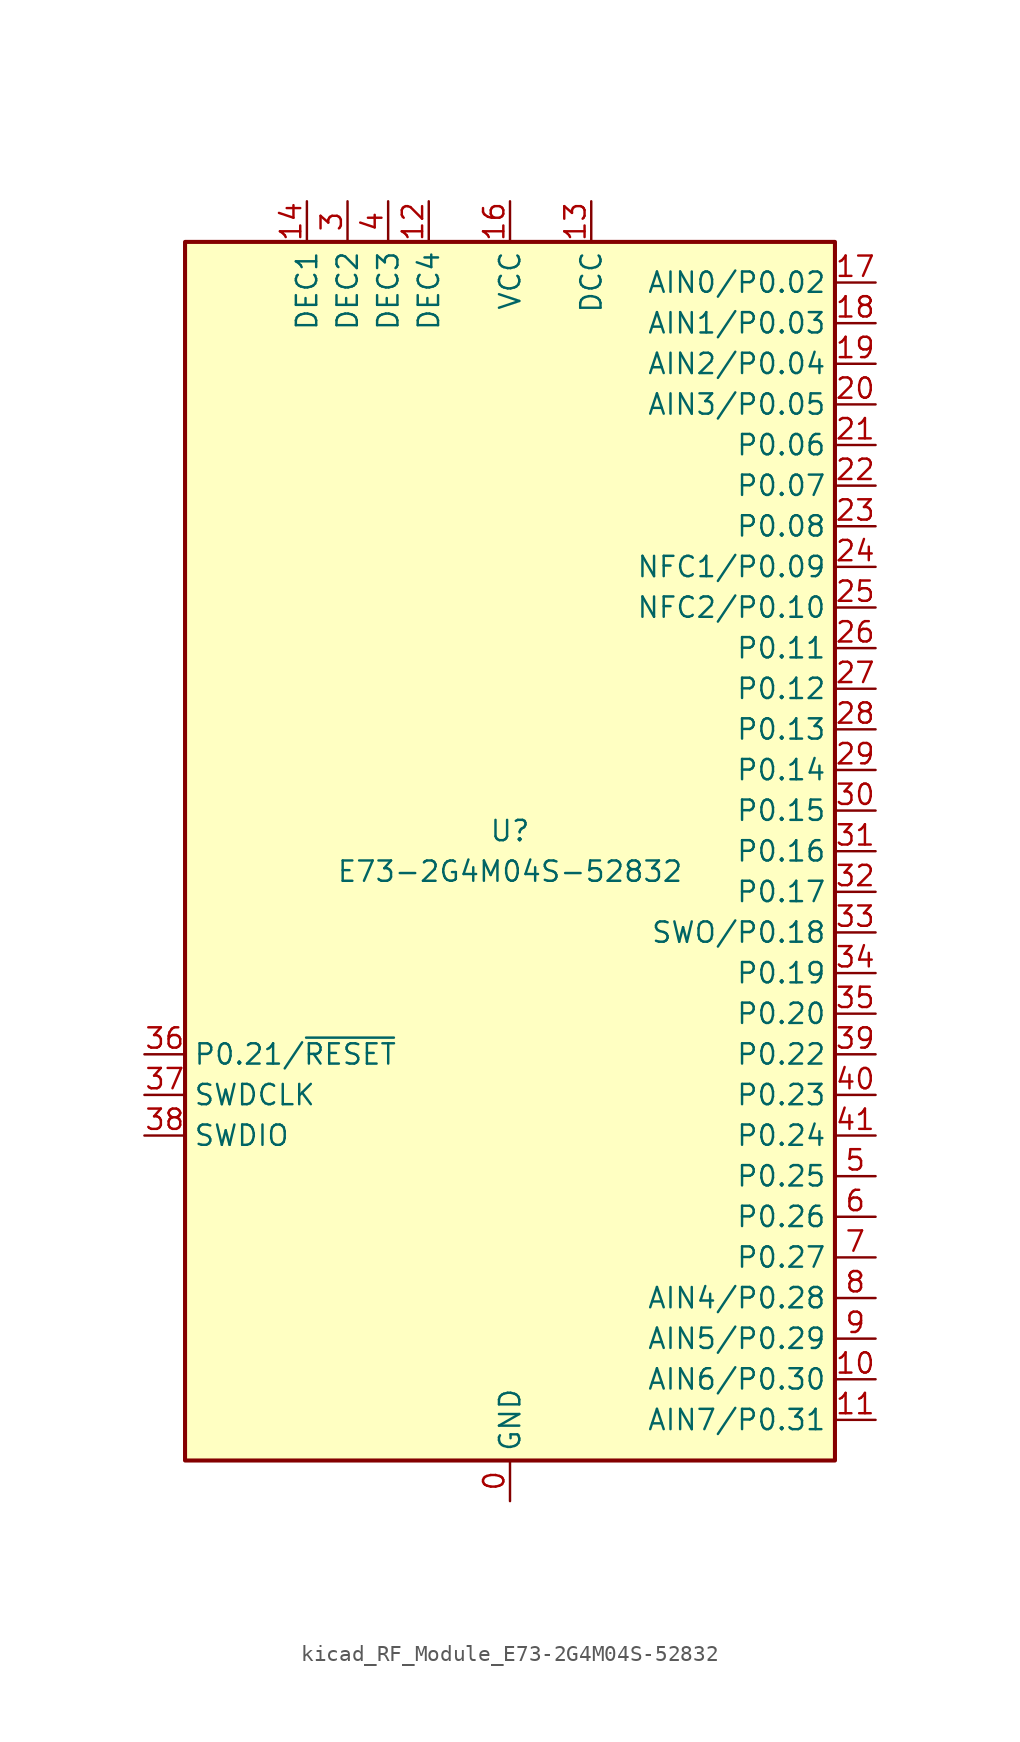
<source format=kicad_sym>
(kicad_symbol_lib
  (version 20220914)
  (generator kicad_symbol_editor)
  (symbol "kicad_RF_Module_E73-2G4M04S-52832"
    (property "Reference" "U"
      (at 0 1.27 0)
      (effects (font (size 1.27 1.27))))
    (property "Value" "E73-2G4M04S-52832"
      (at 0 -1.27 0)
      (effects (font (size 1.27 1.27))))
    (symbol "kicad_RF_Module_E73-2G4M04S-52832_0_1"
      (rectangle (start 20.32 38.1) (end -20.32 -38.1) (stroke (width 0.254) (type default)) (fill (type background))))
    (symbol "kicad_RF_Module_E73-2G4M04S-52832_1_1"
      (pin power_in line (at 0 -40.64 90) (length 2.54) (name "GND" (effects (font (size 1.27 1.27)))) (number "0" (effects (font (size 1.27 1.27)))))
      (pin passive line (at 0 -40.64 90) (length 2.54) hide (name "GND" (effects (font (size 1.27 1.27)))) (number "1" (effects (font (size 1.27 1.27)))))
      (pin bidirectional line (at 22.86 -33.02 180) (length 2.54) (name "AIN6/P0.30" (effects (font (size 1.27 1.27)))) (number "10" (effects (font (size 1.27 1.27)))))
      (pin bidirectional line (at 22.86 -35.56 180) (length 2.54) (name "AIN7/P0.31" (effects (font (size 1.27 1.27)))) (number "11" (effects (font (size 1.27 1.27)))))
      (pin passive line (at -5.08 40.64 270) (length 2.54) (name "DEC4" (effects (font (size 1.27 1.27)))) (number "12" (effects (font (size 1.27 1.27)))))
      (pin power_out line (at 5.08 40.64 270) (length 2.54) (name "DCC" (effects (font (size 1.27 1.27)))) (number "13" (effects (font (size 1.27 1.27)))))
      (pin passive line (at -12.7 40.64 270) (length 2.54) (name "DEC1" (effects (font (size 1.27 1.27)))) (number "14" (effects (font (size 1.27 1.27)))))
      (pin passive line (at 0 -40.64 90) (length 2.54) hide (name "GND" (effects (font (size 1.27 1.27)))) (number "15" (effects (font (size 1.27 1.27)))))
      (pin power_in line (at 0 40.64 270) (length 2.54) (name "VCC" (effects (font (size 1.27 1.27)))) (number "16" (effects (font (size 1.27 1.27)))))
      (pin bidirectional line (at 22.86 35.56 180) (length 2.54) (name "AIN0/P0.02" (effects (font (size 1.27 1.27)))) (number "17" (effects (font (size 1.27 1.27)))))
      (pin bidirectional line (at 22.86 33.02 180) (length 2.54) (name "AIN1/P0.03" (effects (font (size 1.27 1.27)))) (number "18" (effects (font (size 1.27 1.27)))))
      (pin bidirectional line (at 22.86 30.48 180) (length 2.54) (name "AIN2/P0.04" (effects (font (size 1.27 1.27)))) (number "19" (effects (font (size 1.27 1.27)))))
      (pin passive line (at 0 -40.64 90) (length 2.54) hide (name "GND" (effects (font (size 1.27 1.27)))) (number "2" (effects (font (size 1.27 1.27)))))
      (pin bidirectional line (at 22.86 27.94 180) (length 2.54) (name "AIN3/P0.05" (effects (font (size 1.27 1.27)))) (number "20" (effects (font (size 1.27 1.27)))))
      (pin bidirectional line (at 22.86 25.4 180) (length 2.54) (name "P0.06" (effects (font (size 1.27 1.27)))) (number "21" (effects (font (size 1.27 1.27)))))
      (pin bidirectional line (at 22.86 22.86 180) (length 2.54) (name "P0.07" (effects (font (size 1.27 1.27)))) (number "22" (effects (font (size 1.27 1.27)))))
      (pin bidirectional line (at 22.86 20.32 180) (length 2.54) (name "P0.08" (effects (font (size 1.27 1.27)))) (number "23" (effects (font (size 1.27 1.27)))))
      (pin bidirectional line (at 22.86 17.78 180) (length 2.54) (name "NFC1/P0.09" (effects (font (size 1.27 1.27)))) (number "24" (effects (font (size 1.27 1.27)))))
      (pin bidirectional line (at 22.86 15.24 180) (length 2.54) (name "NFC2/P0.10" (effects (font (size 1.27 1.27)))) (number "25" (effects (font (size 1.27 1.27)))))
      (pin bidirectional line (at 22.86 12.7 180) (length 2.54) (name "P0.11" (effects (font (size 1.27 1.27)))) (number "26" (effects (font (size 1.27 1.27)))))
      (pin bidirectional line (at 22.86 10.16 180) (length 2.54) (name "P0.12" (effects (font (size 1.27 1.27)))) (number "27" (effects (font (size 1.27 1.27)))))
      (pin bidirectional line (at 22.86 7.62 180) (length 2.54) (name "P0.13" (effects (font (size 1.27 1.27)))) (number "28" (effects (font (size 1.27 1.27)))))
      (pin bidirectional line (at 22.86 5.08 180) (length 2.54) (name "P0.14" (effects (font (size 1.27 1.27)))) (number "29" (effects (font (size 1.27 1.27)))))
      (pin passive line (at -10.16 40.64 270) (length 2.54) (name "DEC2" (effects (font (size 1.27 1.27)))) (number "3" (effects (font (size 1.27 1.27)))))
      (pin bidirectional line (at 22.86 2.54 180) (length 2.54) (name "P0.15" (effects (font (size 1.27 1.27)))) (number "30" (effects (font (size 1.27 1.27)))))
      (pin bidirectional line (at 22.86 0 180) (length 2.54) (name "P0.16" (effects (font (size 1.27 1.27)))) (number "31" (effects (font (size 1.27 1.27)))))
      (pin bidirectional line (at 22.86 -2.54 180) (length 2.54) (name "P0.17" (effects (font (size 1.27 1.27)))) (number "32" (effects (font (size 1.27 1.27)))))
      (pin bidirectional line (at 22.86 -5.08 180) (length 2.54) (name "SWO/P0.18" (effects (font (size 1.27 1.27)))) (number "33" (effects (font (size 1.27 1.27)))))
      (pin bidirectional line (at 22.86 -7.62 180) (length 2.54) (name "P0.19" (effects (font (size 1.27 1.27)))) (number "34" (effects (font (size 1.27 1.27)))))
      (pin bidirectional line (at 22.86 -10.16 180) (length 2.54) (name "P0.20" (effects (font (size 1.27 1.27)))) (number "35" (effects (font (size 1.27 1.27)))))
      (pin bidirectional line (at -22.86 -12.7 0) (length 2.54) (name "P0.21/~{RESET}" (effects (font (size 1.27 1.27)))) (number "36" (effects (font (size 1.27 1.27)))))
      (pin input line (at -22.86 -15.24 0) (length 2.54) (name "SWDCLK" (effects (font (size 1.27 1.27)))) (number "37" (effects (font (size 1.27 1.27)))))
      (pin bidirectional line (at -22.86 -17.78 0) (length 2.54) (name "SWDIO" (effects (font (size 1.27 1.27)))) (number "38" (effects (font (size 1.27 1.27)))))
      (pin bidirectional line (at 22.86 -12.7 180) (length 2.54) (name "P0.22" (effects (font (size 1.27 1.27)))) (number "39" (effects (font (size 1.27 1.27)))))
      (pin passive line (at -7.62 40.64 270) (length 2.54) (name "DEC3" (effects (font (size 1.27 1.27)))) (number "4" (effects (font (size 1.27 1.27)))))
      (pin bidirectional line (at 22.86 -15.24 180) (length 2.54) (name "P0.23" (effects (font (size 1.27 1.27)))) (number "40" (effects (font (size 1.27 1.27)))))
      (pin bidirectional line (at 22.86 -17.78 180) (length 2.54) (name "P0.24" (effects (font (size 1.27 1.27)))) (number "41" (effects (font (size 1.27 1.27)))))
      (pin passive line (at 0 -40.64 90) (length 2.54) hide (name "GND" (effects (font (size 1.27 1.27)))) (number "42" (effects (font (size 1.27 1.27)))))
      (pin passive line (at 0 -40.64 90) (length 2.54) hide (name "GND" (effects (font (size 1.27 1.27)))) (number "43" (effects (font (size 1.27 1.27)))))
      (pin bidirectional line (at 22.86 -20.32 180) (length 2.54) (name "P0.25" (effects (font (size 1.27 1.27)))) (number "5" (effects (font (size 1.27 1.27)))))
      (pin bidirectional line (at 22.86 -22.86 180) (length 2.54) (name "P0.26" (effects (font (size 1.27 1.27)))) (number "6" (effects (font (size 1.27 1.27)))))
      (pin bidirectional line (at 22.86 -25.4 180) (length 2.54) (name "P0.27" (effects (font (size 1.27 1.27)))) (number "7" (effects (font (size 1.27 1.27)))))
      (pin bidirectional line (at 22.86 -27.94 180) (length 2.54) (name "AIN4/P0.28" (effects (font (size 1.27 1.27)))) (number "8" (effects (font (size 1.27 1.27)))))
      (pin bidirectional line (at 22.86 -30.48 180) (length 2.54) (name "AIN5/P0.29" (effects (font (size 1.27 1.27)))) (number "9" (effects (font (size 1.27 1.27))))))))
</source>
